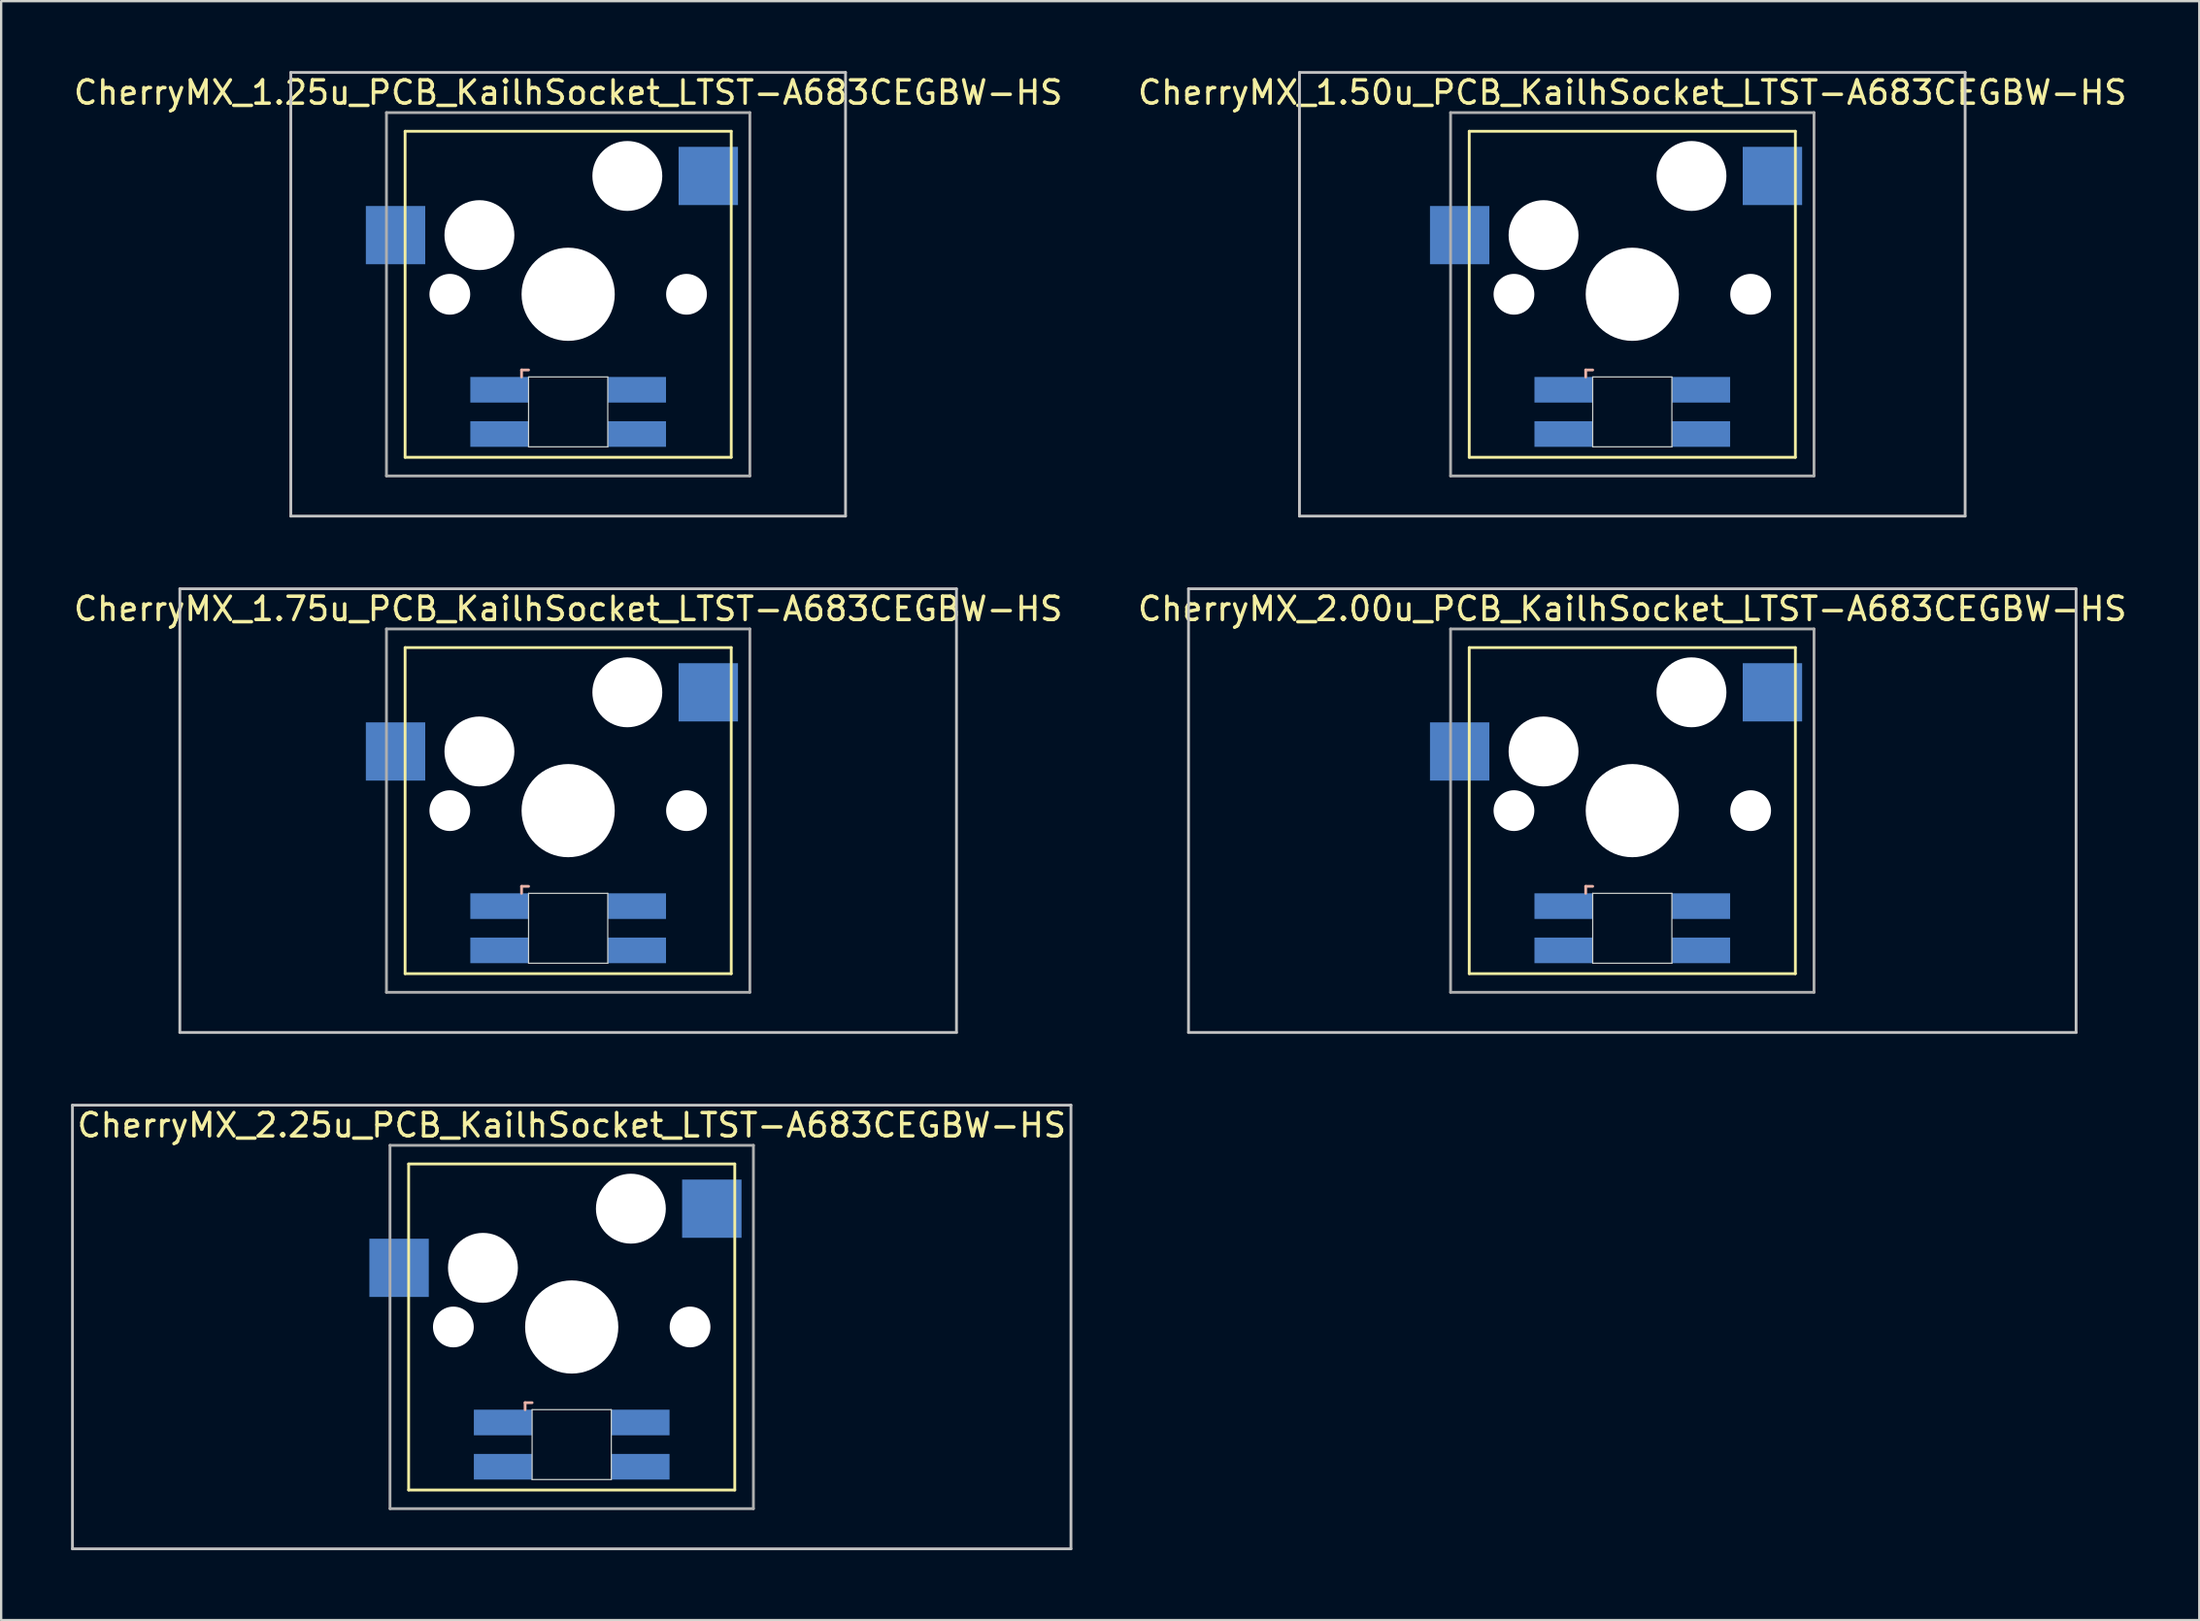
<source format=kicad_pcb>
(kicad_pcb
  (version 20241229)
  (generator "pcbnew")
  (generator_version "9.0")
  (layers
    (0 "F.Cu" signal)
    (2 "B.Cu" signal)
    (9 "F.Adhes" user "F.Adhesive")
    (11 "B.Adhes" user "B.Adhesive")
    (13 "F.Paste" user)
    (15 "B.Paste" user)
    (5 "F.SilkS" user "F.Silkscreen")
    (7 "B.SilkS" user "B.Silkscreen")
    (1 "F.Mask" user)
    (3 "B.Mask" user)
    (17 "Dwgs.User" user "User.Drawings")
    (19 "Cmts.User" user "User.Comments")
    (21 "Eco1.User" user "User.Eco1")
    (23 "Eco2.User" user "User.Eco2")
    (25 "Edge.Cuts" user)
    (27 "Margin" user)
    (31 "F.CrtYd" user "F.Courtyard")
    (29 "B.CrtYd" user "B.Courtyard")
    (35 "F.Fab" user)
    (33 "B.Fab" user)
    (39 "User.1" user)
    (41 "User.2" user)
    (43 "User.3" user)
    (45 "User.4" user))
  (footprint "CherryMX_2.00u_PCB_KailhSocket_LTST-A683CEGBW-HS"
    (layer "F.Cu")
    (at 67.018 31.755)
    (property "Reference" "CherryMX_2.00u_PCB_KailhSocket_LTST-A683CEGBW-HS" (at 0 -8.662 0) (layer "F.SilkS") (effects (font (size 1 1) (thickness 0.15))))
    (attr through_hole)
    (fp_line (start -7 -7) (end -7 7) (stroke (width 0.12) (type solid)) (layer "F.SilkS"))
    (fp_line (start -7 -7) (end 7 -7) (stroke (width 0.12) (type solid)) (layer "F.SilkS"))
    (fp_line (start 7 -7) (end 7 7) (stroke (width 0.12) (type solid)) (layer "F.SilkS"))
    (fp_line (start 7 7) (end -7 7) (stroke (width 0.12) (type solid)) (layer "F.SilkS"))
    (fp_line (start -2 3.25) (end -2 3.55) (stroke (width 0.12) (type solid)) (layer "B.SilkS"))
    (fp_line (start -1.7 3.25) (end -2 3.25) (stroke (width 0.12) (type solid)) (layer "B.SilkS"))
    (fp_line (start -19.05 -9.525) (end 19.05 -9.525) (stroke (width 0.12) (type solid)) (layer "Dwgs.User"))
    (fp_line (start -19.05 9.525) (end -19.05 -9.525) (stroke (width 0.12) (type solid)) (layer "Dwgs.User"))
    (fp_line (start 19.05 -9.525) (end 19.05 9.525) (stroke (width 0.12) (type solid)) (layer "Dwgs.User"))
    (fp_line (start 19.05 9.525) (end -19.05 9.525) (stroke (width 0.12) (type solid)) (layer "Dwgs.User"))
    (fp_line (start -1.7 3.55) (end 1.7 3.55) (stroke (width 0.05) (type solid)) (layer "Edge.Cuts"))
    (fp_line (start -1.7 6.55) (end -1.7 3.55) (stroke (width 0.05) (type solid)) (layer "Edge.Cuts"))
    (fp_line (start 1.7 3.55) (end 1.7 6.55) (stroke (width 0.05) (type solid)) (layer "Edge.Cuts"))
    (fp_line (start 1.7 6.55) (end -1.7 6.55) (stroke (width 0.05) (type solid)) (layer "Edge.Cuts"))
    (fp_line (start -7.8 -7.8) (end -7.8 7.8) (stroke (width 0.12) (type solid)) (layer "F.Fab"))
    (fp_line (start -7.8 -7.8) (end 7.8 -7.8) (stroke (width 0.12) (type solid)) (layer "F.Fab"))
    (fp_line (start -7.8 7.8) (end 7.8 7.8) (stroke (width 0.12) (type solid)) (layer "F.Fab"))
    (fp_line (start 7.8 -7.8) (end 7.8 7.8) (stroke (width 0.12) (type solid)) (layer "F.Fab"))
    (pad "" np_thru_hole circle (at -5.08 0) (size 1.75 1.75) (drill 1.75) (layers "*.Cu" "*.Mask"))
    (pad "" np_thru_hole circle (at -3.81 -2.54) (size 3 3) (drill 3) (layers "*.Cu" "*.Mask"))
    (pad "" np_thru_hole circle (at 0 0) (size 4 4) (drill 4) (layers "*.Cu" "*.Mask"))
    (pad "" np_thru_hole circle (at 2.54 -5.08) (size 3 3) (drill 3) (layers "*.Cu" "*.Mask"))
    (pad "" np_thru_hole circle (at 5.08 0) (size 1.75 1.75) (drill 1.75) (layers "*.Cu" "*.Mask"))
    (pad "1" smd rect (at -7.41 -2.54) (size 2.55 2.5) (layers "B.Cu" "B.Mask" "B.Paste"))
    (pad "2" smd rect (at 6.015 -5.08) (size 2.55 2.5) (layers "B.Cu" "B.Mask" "B.Paste"))
    (pad "3" smd rect (at -2.95 4.1) (size 2.5 1.1) (layers "B.Cu" "B.Mask" "B.Paste"))
    (pad "4" smd rect (at -2.95 6) (size 2.5 1.1) (layers "B.Cu" "B.Mask" "B.Paste"))
    (pad "5" smd rect (at 2.95 4.1) (size 2.5 1.1) (layers "B.Cu" "B.Mask" "B.Paste"))
    (pad "6" smd rect (at 2.95 6) (size 2.5 1.1) (layers "B.Cu" "B.Mask" "B.Paste")))
  (footprint "CherryMX_1.75u_PCB_KailhSocket_LTST-A683CEGBW-HS"
    (layer "F.Cu")
    (at 21.339 31.755)
    (property "Reference" "CherryMX_1.75u_PCB_KailhSocket_LTST-A683CEGBW-HS" (at 0 -8.662 0) (layer "F.SilkS") (effects (font (size 1 1) (thickness 0.15))))
    (attr through_hole)
    (fp_line (start -7 -7) (end -7 7) (stroke (width 0.12) (type solid)) (layer "F.SilkS"))
    (fp_line (start -7 -7) (end 7 -7) (stroke (width 0.12) (type solid)) (layer "F.SilkS"))
    (fp_line (start 7 -7) (end 7 7) (stroke (width 0.12) (type solid)) (layer "F.SilkS"))
    (fp_line (start 7 7) (end -7 7) (stroke (width 0.12) (type solid)) (layer "F.SilkS"))
    (fp_line (start -2 3.25) (end -2 3.55) (stroke (width 0.12) (type solid)) (layer "B.SilkS"))
    (fp_line (start -1.7 3.25) (end -2 3.25) (stroke (width 0.12) (type solid)) (layer "B.SilkS"))
    (fp_line (start -16.669 -9.525) (end 16.669 -9.525) (stroke (width 0.12) (type solid)) (layer "Dwgs.User"))
    (fp_line (start -16.669 9.525) (end -16.669 -9.525) (stroke (width 0.12) (type solid)) (layer "Dwgs.User"))
    (fp_line (start 16.669 -9.525) (end 16.669 9.525) (stroke (width 0.12) (type solid)) (layer "Dwgs.User"))
    (fp_line (start 16.669 9.525) (end -16.669 9.525) (stroke (width 0.12) (type solid)) (layer "Dwgs.User"))
    (fp_line (start -1.7 3.55) (end 1.7 3.55) (stroke (width 0.05) (type solid)) (layer "Edge.Cuts"))
    (fp_line (start -1.7 6.55) (end -1.7 3.55) (stroke (width 0.05) (type solid)) (layer "Edge.Cuts"))
    (fp_line (start 1.7 3.55) (end 1.7 6.55) (stroke (width 0.05) (type solid)) (layer "Edge.Cuts"))
    (fp_line (start 1.7 6.55) (end -1.7 6.55) (stroke (width 0.05) (type solid)) (layer "Edge.Cuts"))
    (fp_line (start -7.8 -7.8) (end -7.8 7.8) (stroke (width 0.12) (type solid)) (layer "F.Fab"))
    (fp_line (start -7.8 -7.8) (end 7.8 -7.8) (stroke (width 0.12) (type solid)) (layer "F.Fab"))
    (fp_line (start -7.8 7.8) (end 7.8 7.8) (stroke (width 0.12) (type solid)) (layer "F.Fab"))
    (fp_line (start 7.8 -7.8) (end 7.8 7.8) (stroke (width 0.12) (type solid)) (layer "F.Fab"))
    (pad "" np_thru_hole circle (at -5.08 0) (size 1.75 1.75) (drill 1.75) (layers "*.Cu" "*.Mask"))
    (pad "" np_thru_hole circle (at -3.81 -2.54) (size 3 3) (drill 3) (layers "*.Cu" "*.Mask"))
    (pad "" np_thru_hole circle (at 0 0) (size 4 4) (drill 4) (layers "*.Cu" "*.Mask"))
    (pad "" np_thru_hole circle (at 2.54 -5.08) (size 3 3) (drill 3) (layers "*.Cu" "*.Mask"))
    (pad "" np_thru_hole circle (at 5.08 0) (size 1.75 1.75) (drill 1.75) (layers "*.Cu" "*.Mask"))
    (pad "1" smd rect (at -7.41 -2.54) (size 2.55 2.5) (layers "B.Cu" "B.Mask" "B.Paste"))
    (pad "2" smd rect (at 6.015 -5.08) (size 2.55 2.5) (layers "B.Cu" "B.Mask" "B.Paste"))
    (pad "3" smd rect (at -2.95 4.1) (size 2.5 1.1) (layers "B.Cu" "B.Mask" "B.Paste"))
    (pad "4" smd rect (at -2.95 6) (size 2.5 1.1) (layers "B.Cu" "B.Mask" "B.Paste"))
    (pad "5" smd rect (at 2.95 4.1) (size 2.5 1.1) (layers "B.Cu" "B.Mask" "B.Paste"))
    (pad "6" smd rect (at 2.95 6) (size 2.5 1.1) (layers "B.Cu" "B.Mask" "B.Paste")))
  (footprint "CherryMX_1.50u_PCB_KailhSocket_LTST-A683CEGBW-HS"
    (layer "F.Cu")
    (at 67.018 9.585)
    (property "Reference" "CherryMX_1.50u_PCB_KailhSocket_LTST-A683CEGBW-HS" (at 0 -8.662 0) (layer "F.SilkS") (effects (font (size 1 1) (thickness 0.15))))
    (attr through_hole)
    (fp_line (start -7 -7) (end -7 7) (stroke (width 0.12) (type solid)) (layer "F.SilkS"))
    (fp_line (start -7 -7) (end 7 -7) (stroke (width 0.12) (type solid)) (layer "F.SilkS"))
    (fp_line (start 7 -7) (end 7 7) (stroke (width 0.12) (type solid)) (layer "F.SilkS"))
    (fp_line (start 7 7) (end -7 7) (stroke (width 0.12) (type solid)) (layer "F.SilkS"))
    (fp_line (start -2 3.25) (end -2 3.55) (stroke (width 0.12) (type solid)) (layer "B.SilkS"))
    (fp_line (start -1.7 3.25) (end -2 3.25) (stroke (width 0.12) (type solid)) (layer "B.SilkS"))
    (fp_line (start -14.287 -9.525) (end 14.287 -9.525) (stroke (width 0.12) (type solid)) (layer "Dwgs.User"))
    (fp_line (start -14.287 9.525) (end -14.287 -9.525) (stroke (width 0.12) (type solid)) (layer "Dwgs.User"))
    (fp_line (start 14.287 -9.525) (end 14.287 9.525) (stroke (width 0.12) (type solid)) (layer "Dwgs.User"))
    (fp_line (start 14.287 9.525) (end -14.287 9.525) (stroke (width 0.12) (type solid)) (layer "Dwgs.User"))
    (fp_line (start -1.7 3.55) (end 1.7 3.55) (stroke (width 0.05) (type solid)) (layer "Edge.Cuts"))
    (fp_line (start -1.7 6.55) (end -1.7 3.55) (stroke (width 0.05) (type solid)) (layer "Edge.Cuts"))
    (fp_line (start 1.7 3.55) (end 1.7 6.55) (stroke (width 0.05) (type solid)) (layer "Edge.Cuts"))
    (fp_line (start 1.7 6.55) (end -1.7 6.55) (stroke (width 0.05) (type solid)) (layer "Edge.Cuts"))
    (fp_line (start -7.8 -7.8) (end -7.8 7.8) (stroke (width 0.12) (type solid)) (layer "F.Fab"))
    (fp_line (start -7.8 -7.8) (end 7.8 -7.8) (stroke (width 0.12) (type solid)) (layer "F.Fab"))
    (fp_line (start -7.8 7.8) (end 7.8 7.8) (stroke (width 0.12) (type solid)) (layer "F.Fab"))
    (fp_line (start 7.8 -7.8) (end 7.8 7.8) (stroke (width 0.12) (type solid)) (layer "F.Fab"))
    (pad "" np_thru_hole circle (at -5.08 0) (size 1.75 1.75) (drill 1.75) (layers "*.Cu" "*.Mask"))
    (pad "" np_thru_hole circle (at -3.81 -2.54) (size 3 3) (drill 3) (layers "*.Cu" "*.Mask"))
    (pad "" np_thru_hole circle (at 0 0) (size 4 4) (drill 4) (layers "*.Cu" "*.Mask"))
    (pad "" np_thru_hole circle (at 2.54 -5.08) (size 3 3) (drill 3) (layers "*.Cu" "*.Mask"))
    (pad "" np_thru_hole circle (at 5.08 0) (size 1.75 1.75) (drill 1.75) (layers "*.Cu" "*.Mask"))
    (pad "1" smd rect (at -7.41 -2.54) (size 2.55 2.5) (layers "B.Cu" "B.Mask" "B.Paste"))
    (pad "2" smd rect (at 6.015 -5.08) (size 2.55 2.5) (layers "B.Cu" "B.Mask" "B.Paste"))
    (pad "3" smd rect (at -2.95 4.1) (size 2.5 1.1) (layers "B.Cu" "B.Mask" "B.Paste"))
    (pad "4" smd rect (at -2.95 6) (size 2.5 1.1) (layers "B.Cu" "B.Mask" "B.Paste"))
    (pad "5" smd rect (at 2.95 4.1) (size 2.5 1.1) (layers "B.Cu" "B.Mask" "B.Paste"))
    (pad "6" smd rect (at 2.95 6) (size 2.5 1.1) (layers "B.Cu" "B.Mask" "B.Paste")))
  (footprint "CherryMX_2.25u_PCB_KailhSocket_LTST-A683CEGBW-HS"
    (layer "F.Cu")
    (at 21.491 53.925)
    (property "Reference" "CherryMX_2.25u_PCB_KailhSocket_LTST-A683CEGBW-HS" (at 0 -8.662 0) (layer "F.SilkS") (effects (font (size 1 1) (thickness 0.15))))
    (attr through_hole)
    (fp_line (start -7 -7) (end -7 7) (stroke (width 0.12) (type solid)) (layer "F.SilkS"))
    (fp_line (start -7 -7) (end 7 -7) (stroke (width 0.12) (type solid)) (layer "F.SilkS"))
    (fp_line (start 7 -7) (end 7 7) (stroke (width 0.12) (type solid)) (layer "F.SilkS"))
    (fp_line (start 7 7) (end -7 7) (stroke (width 0.12) (type solid)) (layer "F.SilkS"))
    (fp_line (start -2 3.25) (end -2 3.55) (stroke (width 0.12) (type solid)) (layer "B.SilkS"))
    (fp_line (start -1.7 3.25) (end -2 3.25) (stroke (width 0.12) (type solid)) (layer "B.SilkS"))
    (fp_line (start -21.431 -9.525) (end 21.431 -9.525) (stroke (width 0.12) (type solid)) (layer "Dwgs.User"))
    (fp_line (start -21.431 9.525) (end -21.431 -9.525) (stroke (width 0.12) (type solid)) (layer "Dwgs.User"))
    (fp_line (start 21.431 -9.525) (end 21.431 9.525) (stroke (width 0.12) (type solid)) (layer "Dwgs.User"))
    (fp_line (start 21.431 9.525) (end -21.431 9.525) (stroke (width 0.12) (type solid)) (layer "Dwgs.User"))
    (fp_line (start -1.7 3.55) (end 1.7 3.55) (stroke (width 0.05) (type solid)) (layer "Edge.Cuts"))
    (fp_line (start -1.7 6.55) (end -1.7 3.55) (stroke (width 0.05) (type solid)) (layer "Edge.Cuts"))
    (fp_line (start 1.7 3.55) (end 1.7 6.55) (stroke (width 0.05) (type solid)) (layer "Edge.Cuts"))
    (fp_line (start 1.7 6.55) (end -1.7 6.55) (stroke (width 0.05) (type solid)) (layer "Edge.Cuts"))
    (fp_line (start -7.8 -7.8) (end -7.8 7.8) (stroke (width 0.12) (type solid)) (layer "F.Fab"))
    (fp_line (start -7.8 -7.8) (end 7.8 -7.8) (stroke (width 0.12) (type solid)) (layer "F.Fab"))
    (fp_line (start -7.8 7.8) (end 7.8 7.8) (stroke (width 0.12) (type solid)) (layer "F.Fab"))
    (fp_line (start 7.8 -7.8) (end 7.8 7.8) (stroke (width 0.12) (type solid)) (layer "F.Fab"))
    (pad "" np_thru_hole circle (at -5.08 0) (size 1.75 1.75) (drill 1.75) (layers "*.Cu" "*.Mask"))
    (pad "" np_thru_hole circle (at -3.81 -2.54) (size 3 3) (drill 3) (layers "*.Cu" "*.Mask"))
    (pad "" np_thru_hole circle (at 0 0) (size 4 4) (drill 4) (layers "*.Cu" "*.Mask"))
    (pad "" np_thru_hole circle (at 2.54 -5.08) (size 3 3) (drill 3) (layers "*.Cu" "*.Mask"))
    (pad "" np_thru_hole circle (at 5.08 0) (size 1.75 1.75) (drill 1.75) (layers "*.Cu" "*.Mask"))
    (pad "1" smd rect (at -7.41 -2.54) (size 2.55 2.5) (layers "B.Cu" "B.Mask" "B.Paste"))
    (pad "2" smd rect (at 6.015 -5.08) (size 2.55 2.5) (layers "B.Cu" "B.Mask" "B.Paste"))
    (pad "3" smd rect (at -2.95 4.1) (size 2.5 1.1) (layers "B.Cu" "B.Mask" "B.Paste"))
    (pad "4" smd rect (at -2.95 6) (size 2.5 1.1) (layers "B.Cu" "B.Mask" "B.Paste"))
    (pad "5" smd rect (at 2.95 4.1) (size 2.5 1.1) (layers "B.Cu" "B.Mask" "B.Paste"))
    (pad "6" smd rect (at 2.95 6) (size 2.5 1.1) (layers "B.Cu" "B.Mask" "B.Paste")))
  (footprint "CherryMX_1.25u_PCB_KailhSocket_LTST-A683CEGBW-HS"
    (layer "F.Cu")
    (at 21.339 9.585)
    (property "Reference" "CherryMX_1.25u_PCB_KailhSocket_LTST-A683CEGBW-HS" (at 0 -8.662 0) (layer "F.SilkS") (effects (font (size 1 1) (thickness 0.15))))
    (attr through_hole)
    (fp_line (start -7 -7) (end -7 7) (stroke (width 0.12) (type solid)) (layer "F.SilkS"))
    (fp_line (start -7 -7) (end 7 -7) (stroke (width 0.12) (type solid)) (layer "F.SilkS"))
    (fp_line (start 7 -7) (end 7 7) (stroke (width 0.12) (type solid)) (layer "F.SilkS"))
    (fp_line (start 7 7) (end -7 7) (stroke (width 0.12) (type solid)) (layer "F.SilkS"))
    (fp_line (start -2 3.25) (end -2 3.55) (stroke (width 0.12) (type solid)) (layer "B.SilkS"))
    (fp_line (start -1.7 3.25) (end -2 3.25) (stroke (width 0.12) (type solid)) (layer "B.SilkS"))
    (fp_line (start -11.906 -9.525) (end 11.906 -9.525) (stroke (width 0.12) (type solid)) (layer "Dwgs.User"))
    (fp_line (start -11.906 9.525) (end -11.906 -9.525) (stroke (width 0.12) (type solid)) (layer "Dwgs.User"))
    (fp_line (start 11.906 -9.525) (end 11.906 9.525) (stroke (width 0.12) (type solid)) (layer "Dwgs.User"))
    (fp_line (start 11.906 9.525) (end -11.906 9.525) (stroke (width 0.12) (type solid)) (layer "Dwgs.User"))
    (fp_line (start -1.7 3.55) (end 1.7 3.55) (stroke (width 0.05) (type solid)) (layer "Edge.Cuts"))
    (fp_line (start -1.7 6.55) (end -1.7 3.55) (stroke (width 0.05) (type solid)) (layer "Edge.Cuts"))
    (fp_line (start 1.7 3.55) (end 1.7 6.55) (stroke (width 0.05) (type solid)) (layer "Edge.Cuts"))
    (fp_line (start 1.7 6.55) (end -1.7 6.55) (stroke (width 0.05) (type solid)) (layer "Edge.Cuts"))
    (fp_line (start -7.8 -7.8) (end -7.8 7.8) (stroke (width 0.12) (type solid)) (layer "F.Fab"))
    (fp_line (start -7.8 -7.8) (end 7.8 -7.8) (stroke (width 0.12) (type solid)) (layer "F.Fab"))
    (fp_line (start -7.8 7.8) (end 7.8 7.8) (stroke (width 0.12) (type solid)) (layer "F.Fab"))
    (fp_line (start 7.8 -7.8) (end 7.8 7.8) (stroke (width 0.12) (type solid)) (layer "F.Fab"))
    (pad "" np_thru_hole circle (at -5.08 0) (size 1.75 1.75) (drill 1.75) (layers "*.Cu" "*.Mask"))
    (pad "" np_thru_hole circle (at -3.81 -2.54) (size 3 3) (drill 3) (layers "*.Cu" "*.Mask"))
    (pad "" np_thru_hole circle (at 0 0) (size 4 4) (drill 4) (layers "*.Cu" "*.Mask"))
    (pad "" np_thru_hole circle (at 2.54 -5.08) (size 3 3) (drill 3) (layers "*.Cu" "*.Mask"))
    (pad "" np_thru_hole circle (at 5.08 0) (size 1.75 1.75) (drill 1.75) (layers "*.Cu" "*.Mask"))
    (pad "1" smd rect (at -7.41 -2.54) (size 2.55 2.5) (layers "B.Cu" "B.Mask" "B.Paste"))
    (pad "2" smd rect (at 6.015 -5.08) (size 2.55 2.5) (layers "B.Cu" "B.Mask" "B.Paste"))
    (pad "3" smd rect (at -2.95 4.1) (size 2.5 1.1) (layers "B.Cu" "B.Mask" "B.Paste"))
    (pad "4" smd rect (at -2.95 6) (size 2.5 1.1) (layers "B.Cu" "B.Mask" "B.Paste"))
    (pad "5" smd rect (at 2.95 4.1) (size 2.5 1.1) (layers "B.Cu" "B.Mask" "B.Paste"))
    (pad "6" smd rect (at 2.95 6) (size 2.5 1.1) (layers "B.Cu" "B.Mask" "B.Paste")))
  (gr_rect
    (start -3 -3)
    (end 91.357 66.51)
    (stroke (width 0.1) (type default))
    (fill no)
    (layer "Edge.Cuts")))
</source>
